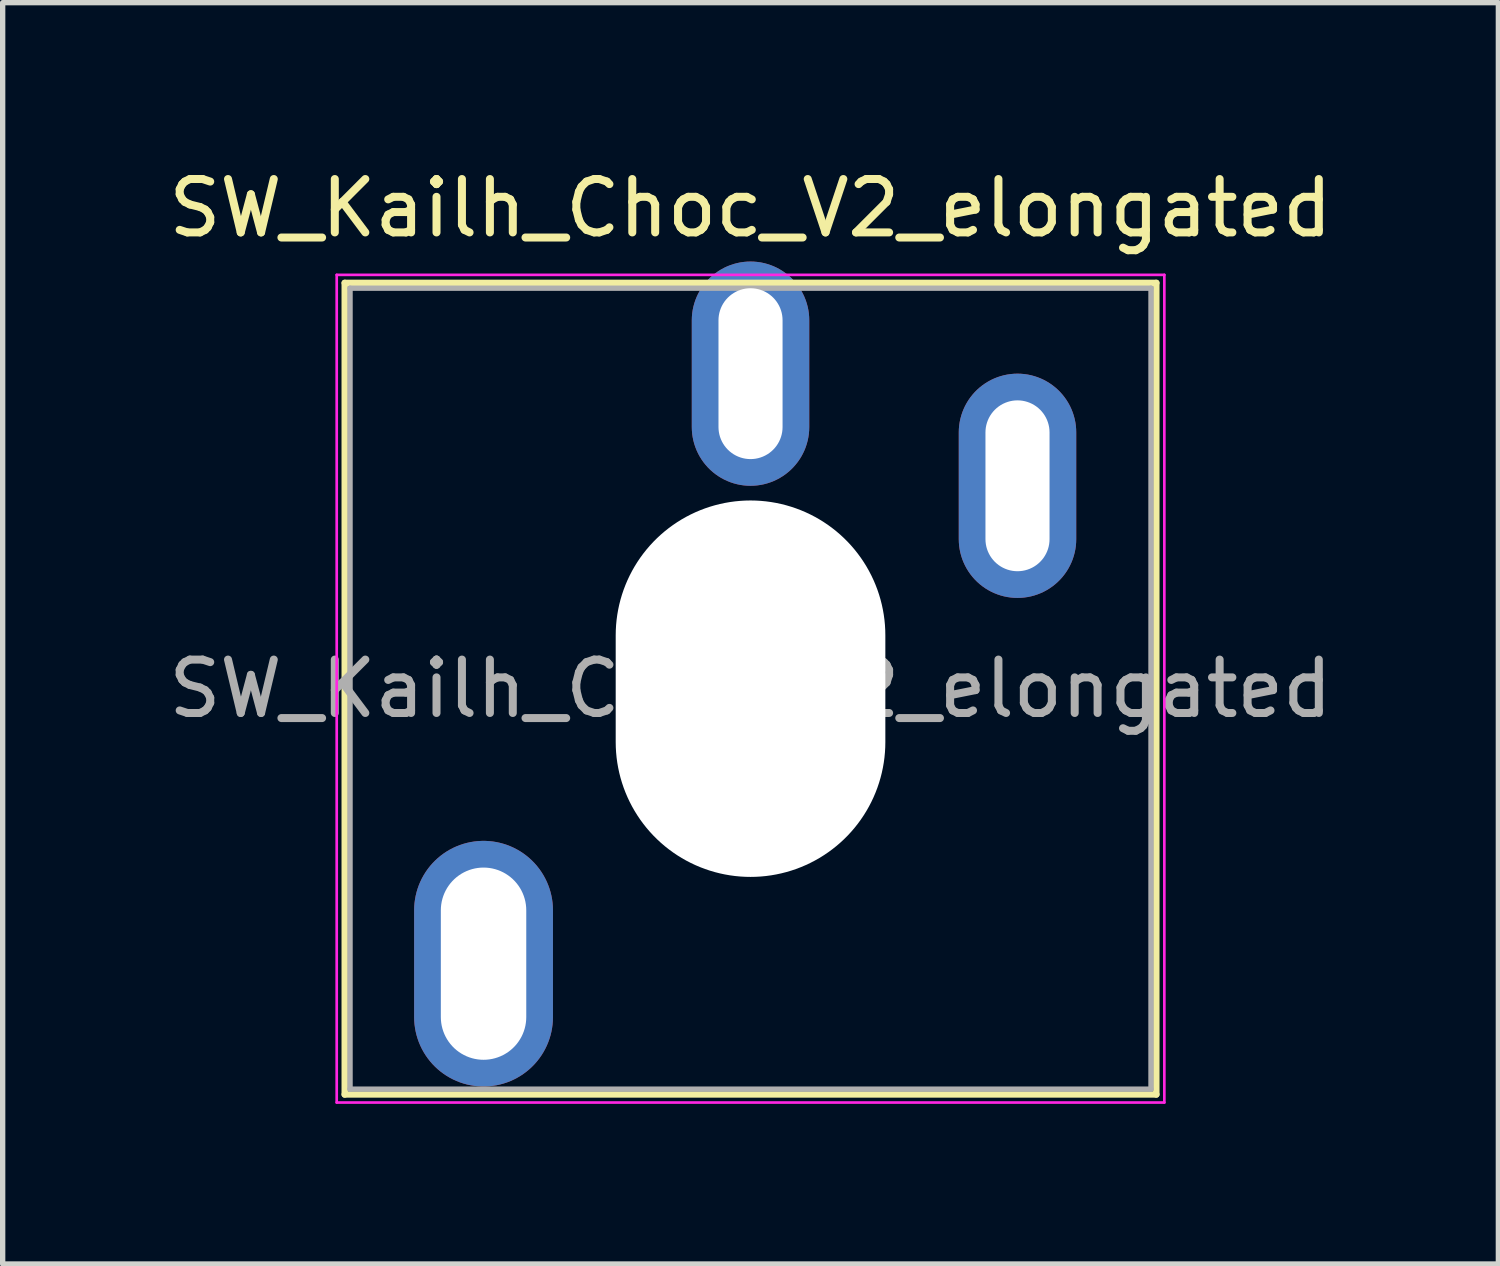
<source format=kicad_pcb>
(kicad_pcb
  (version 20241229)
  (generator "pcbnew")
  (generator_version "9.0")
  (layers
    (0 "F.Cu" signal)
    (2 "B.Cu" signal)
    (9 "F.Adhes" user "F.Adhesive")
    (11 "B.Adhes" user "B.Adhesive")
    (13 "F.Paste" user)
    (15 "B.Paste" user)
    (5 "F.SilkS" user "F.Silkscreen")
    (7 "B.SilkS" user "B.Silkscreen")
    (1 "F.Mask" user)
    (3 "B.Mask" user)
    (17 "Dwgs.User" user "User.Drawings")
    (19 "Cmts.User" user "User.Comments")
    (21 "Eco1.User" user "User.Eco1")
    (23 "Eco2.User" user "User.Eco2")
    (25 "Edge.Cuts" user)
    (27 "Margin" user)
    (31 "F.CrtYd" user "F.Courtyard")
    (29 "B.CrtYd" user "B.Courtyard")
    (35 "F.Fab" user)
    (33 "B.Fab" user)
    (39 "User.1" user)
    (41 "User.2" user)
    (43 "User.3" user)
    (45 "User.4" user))
  (footprint "SW_Kailh_Choc_V2_elongated"
    (layer "F.Cu")
    (at 11.006 9.848)
    (property "Reference" "SW_Kailh_Choc_V2_elongated" (at 0 -9 0) (layer "F.SilkS") (effects (font (size 1 1) (thickness 0.15))))
    (attr through_hole)
    (fp_line (start -7.6 -7.6) (end -7.6 7.6) (stroke (width 0.12) (type solid)) (layer "F.SilkS"))
    (fp_line (start -7.6 7.6) (end 7.6 7.6) (stroke (width 0.12) (type solid)) (layer "F.SilkS"))
    (fp_line (start 7.6 -7.6) (end -7.6 -7.6) (stroke (width 0.12) (type solid)) (layer "F.SilkS"))
    (fp_line (start 7.6 7.6) (end 7.6 -7.6) (stroke (width 0.12) (type solid)) (layer "F.SilkS"))
    (fp_line (start -7.25 -7.25) (end -7.25 7.25) (stroke (width 0.1) (type solid)) (layer "Eco1.User"))
    (fp_line (start -7.25 7.25) (end 7.25 7.25) (stroke (width 0.1) (type solid)) (layer "Eco1.User"))
    (fp_line (start 7.25 -7.25) (end -7.25 -7.25) (stroke (width 0.1) (type solid)) (layer "Eco1.User"))
    (fp_line (start 7.25 7.25) (end 7.25 -7.25) (stroke (width 0.1) (type solid)) (layer "Eco1.User"))
    (fp_line (start -7.75 -7.75) (end -7.75 7.75) (stroke (width 0.05) (type solid)) (layer "F.CrtYd"))
    (fp_line (start -7.75 7.75) (end 7.75 7.75) (stroke (width 0.05) (type solid)) (layer "F.CrtYd"))
    (fp_line (start 7.75 -7.75) (end -7.75 -7.75) (stroke (width 0.05) (type solid)) (layer "F.CrtYd"))
    (fp_line (start 7.75 7.75) (end 7.75 -7.75) (stroke (width 0.05) (type solid)) (layer "F.CrtYd"))
    (fp_line (start -7.5 -7.5) (end -7.5 7.5) (stroke (width 0.1) (type solid)) (layer "F.Fab"))
    (fp_line (start -7.5 7.5) (end 7.5 7.5) (stroke (width 0.1) (type solid)) (layer "F.Fab"))
    (fp_line (start 7.5 -7.5) (end -7.5 -7.5) (stroke (width 0.1) (type solid)) (layer "F.Fab"))
    (fp_line (start 7.5 7.5) (end 7.5 -7.5) (stroke (width 0.1) (type solid)) (layer "F.Fab"))
    (fp_text user "${REFERENCE}" (at 0 0 0) (layer "F.Fab") (effects (font (size 1 1) (thickness 0.15))))
    (pad "" thru_hole oval (at -5 5.15) (size 2.6 4.6) (drill oval 1.6 3.6) (layers "*.Cu" "*.Mask"))
    (pad "" np_thru_hole oval (at 0 0) (size 5.05 7.05) (drill oval 5.05 7.05) (layers "*.Cu" "*.Mask"))
    (pad "1" thru_hole oval (at 0 -5.9) (size 2.2 4.2) (drill oval 1.2 3.2) (layers "*.Cu" "*.Mask"))
    (pad "2" thru_hole oval (at 5 -3.8) (size 2.2 4.2) (drill oval 1.2 3.2) (layers "*.Cu" "*.Mask")))
  (gr_rect
    (start -3 -3)
    (end 25.012 20.623)
    (stroke (width 0.1) (type default))
    (fill no)
    (layer "Edge.Cuts")))
</source>
